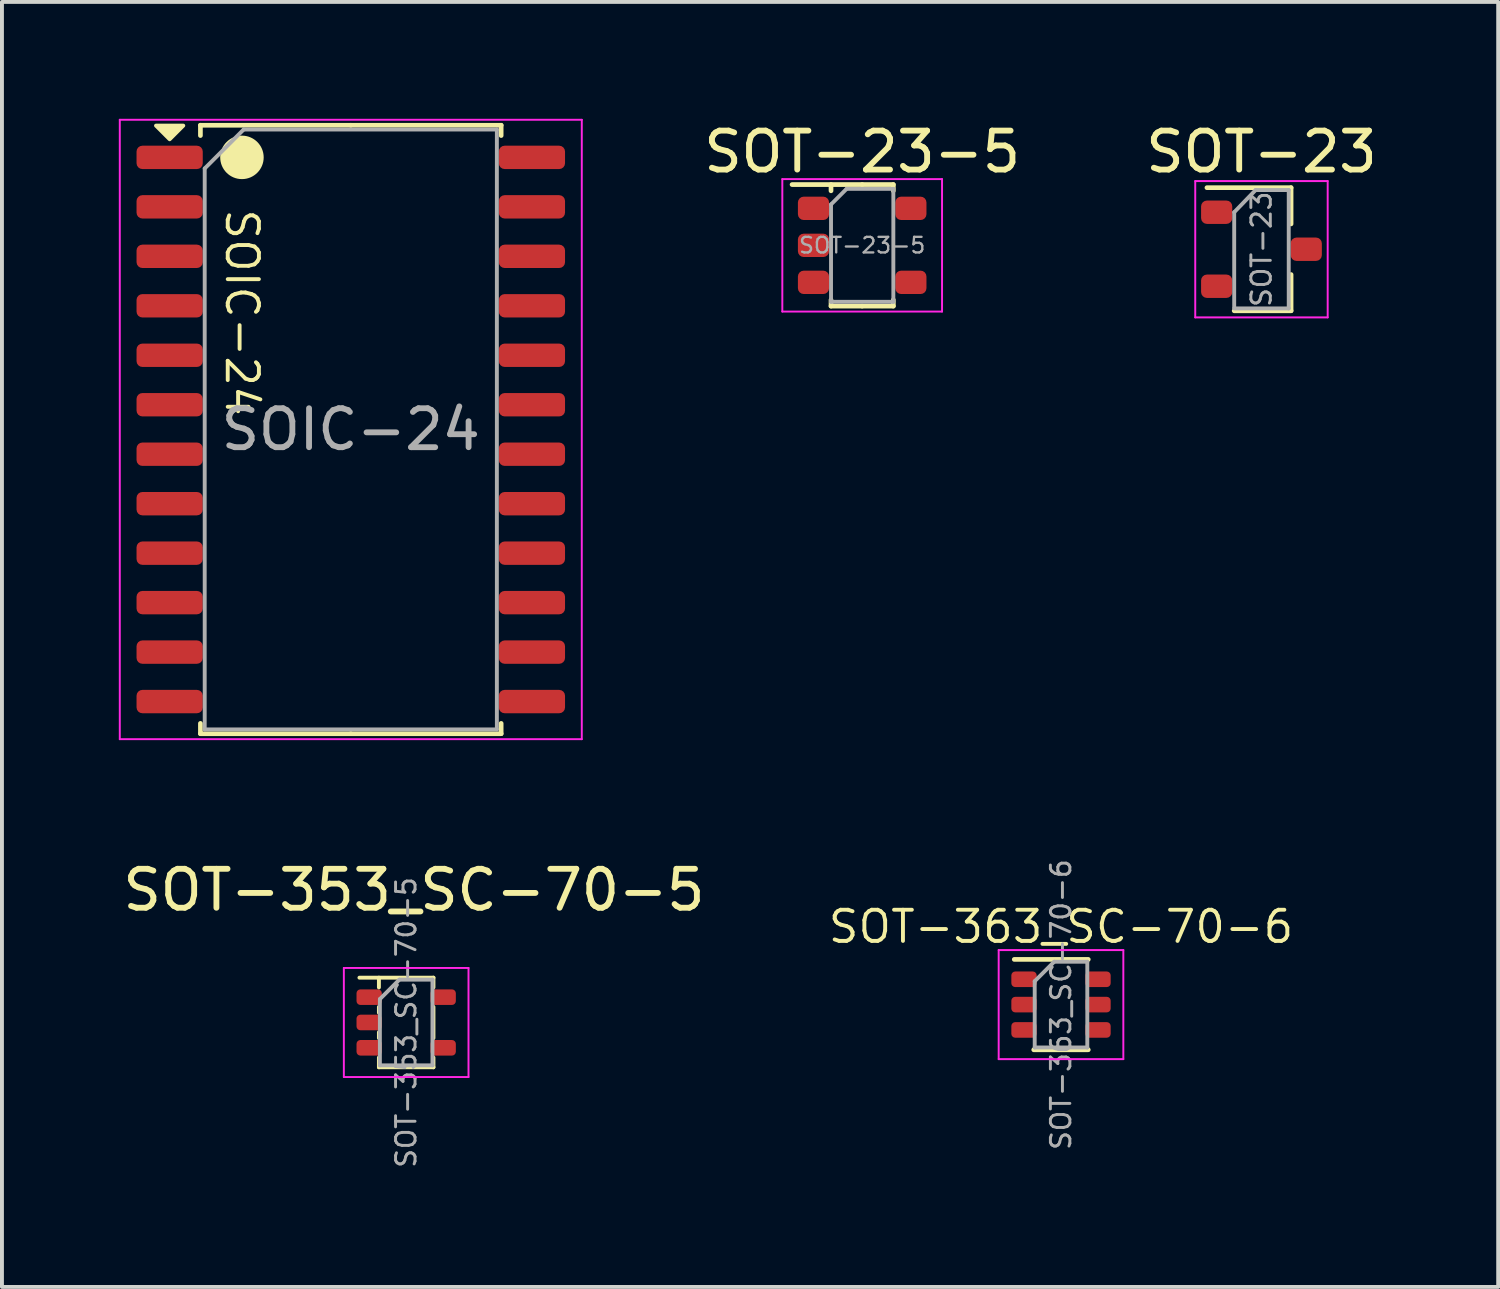
<source format=kicad_pcb>
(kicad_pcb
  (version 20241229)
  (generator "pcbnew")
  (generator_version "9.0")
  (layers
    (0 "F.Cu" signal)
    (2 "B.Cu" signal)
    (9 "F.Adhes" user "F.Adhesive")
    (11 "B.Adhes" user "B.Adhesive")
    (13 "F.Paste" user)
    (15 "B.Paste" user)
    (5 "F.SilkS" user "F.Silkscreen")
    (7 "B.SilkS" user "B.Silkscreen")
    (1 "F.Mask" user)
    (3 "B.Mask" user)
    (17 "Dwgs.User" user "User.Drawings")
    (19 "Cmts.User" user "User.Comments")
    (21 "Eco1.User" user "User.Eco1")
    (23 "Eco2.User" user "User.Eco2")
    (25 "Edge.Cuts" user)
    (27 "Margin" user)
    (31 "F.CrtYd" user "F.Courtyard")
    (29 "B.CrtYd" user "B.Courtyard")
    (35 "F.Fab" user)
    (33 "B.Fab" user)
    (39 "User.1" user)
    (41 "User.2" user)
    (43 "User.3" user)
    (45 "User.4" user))
  (footprint "SOT-363_SC-70-6"
    (layer "F.Cu")
    (at 24.187 22.739)
    (property "Reference" "SOT-363_SC-70-6" (at 0 -2 0) (layer "F.SilkS") (effects (font (size 0.8 0.8) (thickness 0.1))))
    (attr smd)
    (fp_line (start -0.7 1.16) (end 0.7 1.16) (stroke (width 0.12) (type solid)) (layer "F.SilkS"))
    (fp_line (start 0.7 -1.16) (end -1.2 -1.16) (stroke (width 0.12) (type solid)) (layer "F.SilkS"))
    (fp_line (start -1.6 -1.4) (end -1.6 1.4) (stroke (width 0.05) (type solid)) (layer "F.CrtYd"))
    (fp_line (start -1.6 -1.4) (end 1.6 -1.4) (stroke (width 0.05) (type solid)) (layer "F.CrtYd"))
    (fp_line (start -1.6 1.4) (end 1.6 1.4) (stroke (width 0.05) (type solid)) (layer "F.CrtYd"))
    (fp_line (start 1.6 1.4) (end 1.6 -1.4) (stroke (width 0.05) (type solid)) (layer "F.CrtYd"))
    (fp_line (start -0.675 -0.6) (end -0.675 1.1) (stroke (width 0.1) (type solid)) (layer "F.Fab"))
    (fp_line (start -0.175 -1.1) (end -0.675 -0.6) (stroke (width 0.1) (type solid)) (layer "F.Fab"))
    (fp_line (start 0.675 -1.1) (end -0.175 -1.1) (stroke (width 0.1) (type solid)) (layer "F.Fab"))
    (fp_line (start 0.675 -1.1) (end 0.675 1.1) (stroke (width 0.1) (type solid)) (layer "F.Fab"))
    (fp_line (start 0.675 1.1) (end -0.675 1.1) (stroke (width 0.1) (type solid)) (layer "F.Fab"))
    (fp_text user "${REFERENCE}" (at 0 0 90) (layer "F.Fab") (effects (font (size 0.5 0.5) (thickness 0.075))))
    (pad "1" smd roundrect (at -0.95 -0.65) (size 0.65 0.4) (layers "F.Cu" "F.Mask" "F.Paste") (roundrect_rratio 0.25))
    (pad "2" smd roundrect (at -0.95 0) (size 0.65 0.4) (layers "F.Cu" "F.Mask" "F.Paste") (roundrect_rratio 0.25))
    (pad "3" smd roundrect (at -0.95 0.65) (size 0.65 0.4) (layers "F.Cu" "F.Mask" "F.Paste") (roundrect_rratio 0.25))
    (pad "4" smd roundrect (at 0.95 0.65) (size 0.65 0.4) (layers "F.Cu" "F.Mask" "F.Paste") (roundrect_rratio 0.25))
    (pad "5" smd roundrect (at 0.95 0) (size 0.65 0.4) (layers "F.Cu" "F.Mask" "F.Paste") (roundrect_rratio 0.25))
    (pad "6" smd roundrect (at 0.95 -0.65) (size 0.65 0.4) (layers "F.Cu" "F.Mask" "F.Paste") (roundrect_rratio 0.25)))
  (footprint "SOT-353_SC-70-5"
    (layer "F.Cu")
    (at 7.377 23.198)
    (property "Reference" "SOT-353_SC-70-5" (at 0.2 -3.4 0) (layer "F.SilkS") (effects (font (size 1 1) (thickness 0.15))))
    (attr smd)
    (fp_line (start -0.7 -0.9) (end -0.7 -1.15) (stroke (width 0.1) (type solid)) (layer "F.SilkS"))
    (fp_line (start -0.7 -0.4) (end -0.7 -0.25) (stroke (width 0.1) (type solid)) (layer "F.SilkS"))
    (fp_line (start -0.7 0.25) (end -0.7 0.4) (stroke (width 0.1) (type solid)) (layer "F.SilkS"))
    (fp_line (start -0.7 1.15) (end -0.7 0.9) (stroke (width 0.1) (type solid)) (layer "F.SilkS"))
    (fp_line (start -0.7 1.15) (end 0.7 1.15) (stroke (width 0.1) (type solid)) (layer "F.SilkS"))
    (fp_line (start 0.7 -1.15) (end -1.2 -1.15) (stroke (width 0.1) (type solid)) (layer "F.SilkS"))
    (fp_line (start 0.7 -0.9) (end 0.7 -1.15) (stroke (width 0.1) (type solid)) (layer "F.SilkS"))
    (fp_line (start 0.7 -0.4) (end 0.7 0.4) (stroke (width 0.1) (type solid)) (layer "F.SilkS"))
    (fp_line (start 0.7 1.15) (end 0.7 0.9) (stroke (width 0.1) (type solid)) (layer "F.SilkS"))
    (fp_line (start -1.6 -1.4) (end -1.6 1.4) (stroke (width 0.05) (type solid)) (layer "F.CrtYd"))
    (fp_line (start -1.6 -1.4) (end 1.6 -1.4) (stroke (width 0.05) (type solid)) (layer "F.CrtYd"))
    (fp_line (start -1.6 1.4) (end 1.6 1.4) (stroke (width 0.05) (type solid)) (layer "F.CrtYd"))
    (fp_line (start 1.6 1.4) (end 1.6 -1.4) (stroke (width 0.05) (type solid)) (layer "F.CrtYd"))
    (fp_line (start -0.675 -0.6) (end -0.675 1.1) (stroke (width 0.1) (type solid)) (layer "F.Fab"))
    (fp_line (start -0.175 -1.1) (end -0.675 -0.6) (stroke (width 0.1) (type solid)) (layer "F.Fab"))
    (fp_line (start 0.675 -1.1) (end -0.175 -1.1) (stroke (width 0.1) (type solid)) (layer "F.Fab"))
    (fp_line (start 0.675 -1.1) (end 0.675 1.1) (stroke (width 0.1) (type solid)) (layer "F.Fab"))
    (fp_line (start 0.675 1.1) (end -0.675 1.1) (stroke (width 0.1) (type solid)) (layer "F.Fab"))
    (fp_text user "${REFERENCE}" (at 0 0 90) (layer "F.Fab") (effects (font (size 0.5 0.5) (thickness 0.075))))
    (pad "1" smd roundrect (at -0.95 -0.65) (size 0.65 0.4) (layers "F.Cu" "F.Mask" "F.Paste") (roundrect_rratio 0.25))
    (pad "2" smd roundrect (at -0.95 0) (size 0.65 0.4) (layers "F.Cu" "F.Mask" "F.Paste") (roundrect_rratio 0.25))
    (pad "3" smd roundrect (at -0.95 0.65) (size 0.65 0.4) (layers "F.Cu" "F.Mask" "F.Paste") (roundrect_rratio 0.25))
    (pad "4" smd roundrect (at 0.95 0.65) (size 0.65 0.4) (layers "F.Cu" "F.Mask" "F.Paste") (roundrect_rratio 0.25))
    (pad "5" smd roundrect (at 0.95 -0.65) (size 0.65 0.4) (layers "F.Cu" "F.Mask" "F.Paste") (roundrect_rratio 0.25)))
  (footprint "SOT-23"
    (layer "F.Cu")
    (at 29.333 3.348)
    (property "Reference" "SOT-23" (at 0 -2.5 0) (layer "F.SilkS") (effects (font (size 1 1) (thickness 0.15))))
    (attr smd)
    (fp_line (start 0.76 -1.58) (end -1.4 -1.58) (stroke (width 0.12) (type solid)) (layer "F.SilkS"))
    (fp_line (start 0.76 -1.58) (end 0.76 -0.65) (stroke (width 0.12) (type solid)) (layer "F.SilkS"))
    (fp_line (start 0.76 1.58) (end -0.7 1.58) (stroke (width 0.12) (type solid)) (layer "F.SilkS"))
    (fp_line (start 0.76 1.58) (end 0.76 0.65) (stroke (width 0.12) (type solid)) (layer "F.SilkS"))
    (fp_line (start -1.7 -1.75) (end 1.7 -1.75) (stroke (width 0.05) (type solid)) (layer "F.CrtYd"))
    (fp_line (start -1.7 1.75) (end -1.7 -1.75) (stroke (width 0.05) (type solid)) (layer "F.CrtYd"))
    (fp_line (start 1.7 -1.75) (end 1.7 1.75) (stroke (width 0.05) (type solid)) (layer "F.CrtYd"))
    (fp_line (start 1.7 1.75) (end -1.7 1.75) (stroke (width 0.05) (type solid)) (layer "F.CrtYd"))
    (fp_line (start -0.7 -0.95) (end -0.7 1.5) (stroke (width 0.1) (type solid)) (layer "F.Fab"))
    (fp_line (start -0.7 -0.95) (end -0.15 -1.52) (stroke (width 0.1) (type solid)) (layer "F.Fab"))
    (fp_line (start -0.7 1.52) (end 0.7 1.52) (stroke (width 0.1) (type solid)) (layer "F.Fab"))
    (fp_line (start -0.15 -1.52) (end 0.7 -1.52) (stroke (width 0.1) (type solid)) (layer "F.Fab"))
    (fp_line (start 0.7 -1.52) (end 0.7 1.52) (stroke (width 0.1) (type solid)) (layer "F.Fab"))
    (fp_text user "${REFERENCE}" (at 0 0 90) (layer "F.Fab") (effects (font (size 0.5 0.5) (thickness 0.075))))
    (pad "1" smd roundrect (at -1.15 -0.95) (size 0.8 0.6) (layers "F.Cu" "F.Mask" "F.Paste") (roundrect_rratio 0.25))
    (pad "2" smd roundrect (at -1.15 0.95) (size 0.8 0.6) (layers "F.Cu" "F.Mask" "F.Paste") (roundrect_rratio 0.25))
    (pad "3" smd roundrect (at 1.15 0) (size 0.8 0.6) (layers "F.Cu" "F.Mask" "F.Paste") (roundrect_rratio 0.25)))
  (footprint "SOIC-24"
    (layer "F.Cu")
    (at 5.955 7.975)
    (property "Reference" "SOIC-24" (at -2.794 -5.715 270) (unlocked yes) (layer "F.SilkS") (effects (font (size 0.8 0.8) (thickness 0.1)) (justify left)))
    (attr smd)
    (fp_line (start -3.86 -7.81) (end -3.86 -7.545) (stroke (width 0.12) (type solid)) (layer "F.SilkS"))
    (fp_line (start -3.86 7.81) (end -3.86 7.545) (stroke (width 0.12) (type solid)) (layer "F.SilkS"))
    (fp_line (start 0 -7.81) (end -3.86 -7.81) (stroke (width 0.12) (type solid)) (layer "F.SilkS"))
    (fp_line (start 0 -7.81) (end 3.86 -7.81) (stroke (width 0.12) (type solid)) (layer "F.SilkS"))
    (fp_line (start 0 7.81) (end -3.86 7.81) (stroke (width 0.12) (type solid)) (layer "F.SilkS"))
    (fp_line (start 0 7.81) (end 3.86 7.81) (stroke (width 0.12) (type solid)) (layer "F.SilkS"))
    (fp_line (start 3.86 -7.81) (end 3.86 -7.545) (stroke (width 0.12) (type solid)) (layer "F.SilkS"))
    (fp_line (start 3.86 7.81) (end 3.86 7.545) (stroke (width 0.12) (type solid)) (layer "F.SilkS"))
    (fp_circle (center -2.794 -6.985) (end -2.286 -6.985) (stroke (width 0.1) (type solid)) (fill yes) (layer "F.SilkS"))
    (fp_poly (pts (xy -4.65 -7.45) (xy -5 -7.8) (xy -4.3 -7.8)) (stroke (width 0.1) (type solid)) (fill yes) (layer "F.SilkS"))
    (fp_line (start -5.93 -7.95) (end -5.93 7.95) (stroke (width 0.05) (type solid)) (layer "F.CrtYd"))
    (fp_line (start -5.93 7.95) (end 5.93 7.95) (stroke (width 0.05) (type solid)) (layer "F.CrtYd"))
    (fp_line (start 5.93 -7.95) (end -5.93 -7.95) (stroke (width 0.05) (type solid)) (layer "F.CrtYd"))
    (fp_line (start 5.93 7.95) (end 5.93 -7.95) (stroke (width 0.05) (type solid)) (layer "F.CrtYd"))
    (fp_line (start -3.75 -6.7) (end -2.75 -7.7) (stroke (width 0.1) (type solid)) (layer "F.Fab"))
    (fp_line (start -3.75 7.7) (end -3.75 -6.7) (stroke (width 0.1) (type solid)) (layer "F.Fab"))
    (fp_line (start -2.75 -7.7) (end 3.75 -7.7) (stroke (width 0.1) (type solid)) (layer "F.Fab"))
    (fp_line (start 3.75 -7.7) (end 3.75 7.7) (stroke (width 0.1) (type solid)) (layer "F.Fab"))
    (fp_line (start 3.75 7.7) (end -3.75 7.7) (stroke (width 0.1) (type solid)) (layer "F.Fab"))
    (fp_text user "${REFERENCE}" (at 0 0 0) (layer "F.Fab") (effects (font (size 1 1) (thickness 0.15))))
    (pad "1" smd roundrect (at -4.65 -6.985) (size 1.7 0.6) (layers "F.Cu" "F.Mask" "F.Paste") (roundrect_rratio 0.25))
    (pad "2" smd roundrect (at -4.65 -5.715) (size 1.7 0.6) (layers "F.Cu" "F.Mask" "F.Paste") (roundrect_rratio 0.25))
    (pad "3" smd roundrect (at -4.65 -4.445) (size 1.7 0.6) (layers "F.Cu" "F.Mask" "F.Paste") (roundrect_rratio 0.25))
    (pad "4" smd roundrect (at -4.65 -3.175) (size 1.7 0.6) (layers "F.Cu" "F.Mask" "F.Paste") (roundrect_rratio 0.25))
    (pad "5" smd roundrect (at -4.65 -1.905) (size 1.7 0.6) (layers "F.Cu" "F.Mask" "F.Paste") (roundrect_rratio 0.25))
    (pad "6" smd roundrect (at -4.65 -0.635) (size 1.7 0.6) (layers "F.Cu" "F.Mask" "F.Paste") (roundrect_rratio 0.25))
    (pad "7" smd roundrect (at -4.65 0.635) (size 1.7 0.6) (layers "F.Cu" "F.Mask" "F.Paste") (roundrect_rratio 0.25))
    (pad "8" smd roundrect (at -4.65 1.905) (size 1.7 0.6) (layers "F.Cu" "F.Mask" "F.Paste") (roundrect_rratio 0.25))
    (pad "9" smd roundrect (at -4.65 3.175) (size 1.7 0.6) (layers "F.Cu" "F.Mask" "F.Paste") (roundrect_rratio 0.25))
    (pad "10" smd roundrect (at -4.65 4.445) (size 1.7 0.6) (layers "F.Cu" "F.Mask" "F.Paste") (roundrect_rratio 0.25))
    (pad "11" smd roundrect (at -4.65 5.715) (size 1.7 0.6) (layers "F.Cu" "F.Mask" "F.Paste") (roundrect_rratio 0.25))
    (pad "12" smd roundrect (at -4.65 6.985) (size 1.7 0.6) (layers "F.Cu" "F.Mask" "F.Paste") (roundrect_rratio 0.25))
    (pad "13" smd roundrect (at 4.65 6.985) (size 1.7 0.6) (layers "F.Cu" "F.Mask" "F.Paste") (roundrect_rratio 0.25))
    (pad "14" smd roundrect (at 4.65 5.715) (size 1.7 0.6) (layers "F.Cu" "F.Mask" "F.Paste") (roundrect_rratio 0.25))
    (pad "15" smd roundrect (at 4.65 4.445) (size 1.7 0.6) (layers "F.Cu" "F.Mask" "F.Paste") (roundrect_rratio 0.25))
    (pad "16" smd roundrect (at 4.65 3.175) (size 1.7 0.6) (layers "F.Cu" "F.Mask" "F.Paste") (roundrect_rratio 0.25))
    (pad "17" smd roundrect (at 4.65 1.905) (size 1.7 0.6) (layers "F.Cu" "F.Mask" "F.Paste") (roundrect_rratio 0.25))
    (pad "18" smd roundrect (at 4.65 0.635) (size 1.7 0.6) (layers "F.Cu" "F.Mask" "F.Paste") (roundrect_rratio 0.25))
    (pad "19" smd roundrect (at 4.65 -0.635) (size 1.7 0.6) (layers "F.Cu" "F.Mask" "F.Paste") (roundrect_rratio 0.25))
    (pad "20" smd roundrect (at 4.65 -1.905) (size 1.7 0.6) (layers "F.Cu" "F.Mask" "F.Paste") (roundrect_rratio 0.25))
    (pad "21" smd roundrect (at 4.65 -3.175) (size 1.7 0.6) (layers "F.Cu" "F.Mask" "F.Paste") (roundrect_rratio 0.25))
    (pad "22" smd roundrect (at 4.65 -4.445) (size 1.7 0.6) (layers "F.Cu" "F.Mask" "F.Paste") (roundrect_rratio 0.25))
    (pad "23" smd roundrect (at 4.65 -5.715) (size 1.7 0.6) (layers "F.Cu" "F.Mask" "F.Paste") (roundrect_rratio 0.25))
    (pad "24" smd roundrect (at 4.65 -6.985) (size 1.7 0.6) (layers "F.Cu" "F.Mask" "F.Paste") (roundrect_rratio 0.25)))
  (footprint "SOT-23-5"
    (layer "F.Cu")
    (at 19.083 3.248)
    (property "Reference" "SOT-23-5" (at 0 -2.4 0) (layer "F.SilkS") (effects (font (size 1 1) (thickness 0.15))))
    (attr smd)
    (fp_line (start -0.8 -1.4) (end -0.8 -1.56) (stroke (width 0.12) (type default)) (layer "F.SilkS"))
    (fp_line (start -0.8 1.56) (end -0.8 1.4) (stroke (width 0.12) (type default)) (layer "F.SilkS"))
    (fp_line (start 0 -1.56) (end -1.8 -1.56) (stroke (width 0.12) (type solid)) (layer "F.SilkS"))
    (fp_line (start 0 -1.56) (end 0.8 -1.56) (stroke (width 0.12) (type solid)) (layer "F.SilkS"))
    (fp_line (start 0 1.56) (end -0.8 1.56) (stroke (width 0.12) (type solid)) (layer "F.SilkS"))
    (fp_line (start 0 1.56) (end 0.8 1.56) (stroke (width 0.12) (type solid)) (layer "F.SilkS"))
    (fp_line (start 0.8 -1.4) (end 0.8 -1.56) (stroke (width 0.12) (type default)) (layer "F.SilkS"))
    (fp_line (start 0.8 1.56) (end 0.8 1.4) (stroke (width 0.12) (type default)) (layer "F.SilkS"))
    (fp_line (start -2.05 -1.7) (end -2.05 1.7) (stroke (width 0.05) (type solid)) (layer "F.CrtYd"))
    (fp_line (start -2.05 1.7) (end 2.05 1.7) (stroke (width 0.05) (type solid)) (layer "F.CrtYd"))
    (fp_line (start 2.05 -1.7) (end -2.05 -1.7) (stroke (width 0.05) (type solid)) (layer "F.CrtYd"))
    (fp_line (start 2.05 1.7) (end 2.05 -1.7) (stroke (width 0.05) (type solid)) (layer "F.CrtYd"))
    (fp_line (start -0.8 -1.05) (end -0.4 -1.45) (stroke (width 0.1) (type solid)) (layer "F.Fab"))
    (fp_line (start -0.8 1.45) (end -0.8 -1.05) (stroke (width 0.1) (type solid)) (layer "F.Fab"))
    (fp_line (start -0.4 -1.45) (end 0.8 -1.45) (stroke (width 0.1) (type solid)) (layer "F.Fab"))
    (fp_line (start 0.8 -1.45) (end 0.8 1.45) (stroke (width 0.1) (type solid)) (layer "F.Fab"))
    (fp_line (start 0.8 1.45) (end -0.8 1.45) (stroke (width 0.1) (type solid)) (layer "F.Fab"))
    (fp_text user "${REFERENCE}" (at 0 0 0) (layer "F.Fab") (effects (font (size 0.4 0.4) (thickness 0.06))))
    (pad "1" smd roundrect (at -1.25 -0.95) (size 0.8 0.6) (layers "F.Cu" "F.Mask" "F.Paste") (roundrect_rratio 0.25))
    (pad "2" smd roundrect (at -1.25 0) (size 0.8 0.6) (layers "F.Cu" "F.Mask" "F.Paste") (roundrect_rratio 0.25))
    (pad "3" smd roundrect (at -1.25 0.95) (size 0.8 0.6) (layers "F.Cu" "F.Mask" "F.Paste") (roundrect_rratio 0.25))
    (pad "4" smd roundrect (at 1.25 0.95) (size 0.8 0.6) (layers "F.Cu" "F.Mask" "F.Paste") (roundrect_rratio 0.25))
    (pad "5" smd roundrect (at 1.25 -0.95) (size 0.8 0.6) (layers "F.Cu" "F.Mask" "F.Paste") (roundrect_rratio 0.25)))
  (gr_rect
    (start -3 -3)
    (end 35.41 29.987)
    (stroke (width 0.1) (type default))
    (fill no)
    (layer "Edge.Cuts")))
</source>
